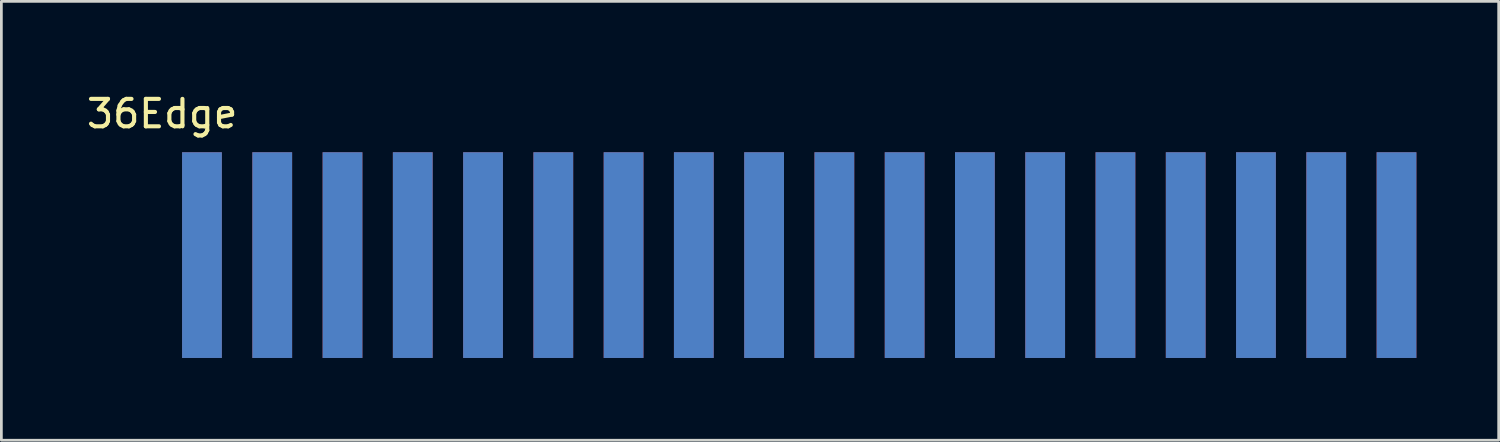
<source format=kicad_pcb>
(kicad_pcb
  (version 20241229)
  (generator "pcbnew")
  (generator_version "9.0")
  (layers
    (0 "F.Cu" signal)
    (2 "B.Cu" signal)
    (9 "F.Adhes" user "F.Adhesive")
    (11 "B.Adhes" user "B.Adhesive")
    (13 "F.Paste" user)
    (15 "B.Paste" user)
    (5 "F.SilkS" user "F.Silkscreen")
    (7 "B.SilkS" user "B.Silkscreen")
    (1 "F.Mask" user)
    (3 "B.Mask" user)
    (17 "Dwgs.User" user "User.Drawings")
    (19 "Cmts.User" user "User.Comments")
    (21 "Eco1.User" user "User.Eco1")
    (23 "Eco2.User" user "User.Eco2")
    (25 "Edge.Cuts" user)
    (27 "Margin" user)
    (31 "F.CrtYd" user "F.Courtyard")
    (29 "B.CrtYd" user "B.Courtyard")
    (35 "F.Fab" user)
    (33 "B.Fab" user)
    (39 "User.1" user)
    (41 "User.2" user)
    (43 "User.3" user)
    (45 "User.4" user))
  (footprint "36Edge"
    (layer "F.Cu")
    (at 4.313 0.25)
    (property "Reference" "36Edge" (at -1.45 0.85 0) (layer "F.SilkS") (effects (font (size 1 1) (thickness 0.15))))
    (attr through_hole)
    (pad "1" connect rect (at 0 6) (size 1.45 7.5) (layers "F.Cu" "F.Mask"))
    (pad "2" connect rect (at 0 6) (size 1.45 7.5) (layers "B.Cu" "B.Mask"))
    (pad "3" connect rect (at 2.562 6) (size 1.45 7.5) (layers "F.Cu" "F.Mask"))
    (pad "4" connect rect (at 2.562 6) (size 1.45 7.5) (layers "B.Cu" "B.Mask"))
    (pad "5" connect rect (at 5.124 6) (size 1.45 7.5) (layers "F.Cu" "F.Mask"))
    (pad "6" connect rect (at 5.124 6) (size 1.45 7.5) (layers "B.Cu" "B.Mask"))
    (pad "7" connect rect (at 7.685 6) (size 1.45 7.5) (layers "F.Cu" "F.Mask"))
    (pad "8" connect rect (at 7.685 6) (size 1.45 7.5) (layers "B.Cu" "B.Mask"))
    (pad "9" connect rect (at 10.247 6) (size 1.45 7.5) (layers "F.Cu" "F.Mask"))
    (pad "10" connect rect (at 10.247 6) (size 1.45 7.5) (layers "B.Cu" "B.Mask"))
    (pad "11" connect rect (at 12.809 6) (size 1.45 7.5) (layers "F.Cu" "F.Mask"))
    (pad "12" connect rect (at 12.809 6) (size 1.45 7.5) (layers "B.Cu" "B.Mask"))
    (pad "13" connect rect (at 15.371 6) (size 1.45 7.5) (layers "F.Cu" "F.Mask"))
    (pad "14" connect rect (at 15.371 6) (size 1.45 7.5) (layers "B.Cu" "B.Mask"))
    (pad "15" connect rect (at 17.932 6) (size 1.45 7.5) (layers "F.Cu" "F.Mask"))
    (pad "16" connect rect (at 17.932 6) (size 1.45 7.5) (layers "B.Cu" "B.Mask"))
    (pad "17" connect rect (at 20.494 6) (size 1.45 7.5) (layers "F.Cu" "F.Mask"))
    (pad "18" connect rect (at 20.494 6) (size 1.45 7.5) (layers "B.Cu" "B.Mask"))
    (pad "19" connect rect (at 23.056 6) (size 1.45 7.5) (layers "F.Cu" "F.Mask"))
    (pad "20" connect rect (at 23.056 6) (size 1.45 7.5) (layers "B.Cu" "B.Mask"))
    (pad "21" connect rect (at 25.618 6) (size 1.45 7.5) (layers "F.Cu" "F.Mask"))
    (pad "22" connect rect (at 25.618 6) (size 1.45 7.5) (layers "B.Cu" "B.Mask"))
    (pad "23" connect rect (at 28.179 6) (size 1.45 7.5) (layers "F.Cu" "F.Mask"))
    (pad "24" connect rect (at 28.179 6) (size 1.45 7.5) (layers "B.Cu" "B.Mask"))
    (pad "25" connect rect (at 30.741 6) (size 1.45 7.5) (layers "F.Cu" "F.Mask"))
    (pad "26" connect rect (at 30.741 6) (size 1.45 7.5) (layers "B.Cu" "B.Mask"))
    (pad "27" connect rect (at 33.303 6) (size 1.45 7.5) (layers "F.Cu" "F.Mask"))
    (pad "28" connect rect (at 33.303 6) (size 1.45 7.5) (layers "B.Cu" "B.Mask"))
    (pad "29" connect rect (at 35.865 6) (size 1.45 7.5) (layers "F.Cu" "F.Mask"))
    (pad "30" connect rect (at 35.865 6) (size 1.45 7.5) (layers "B.Cu" "B.Mask"))
    (pad "31" connect rect (at 38.426 6) (size 1.45 7.5) (layers "F.Cu" "F.Mask"))
    (pad "32" connect rect (at 38.426 6) (size 1.45 7.5) (layers "B.Cu" "B.Mask"))
    (pad "33" connect rect (at 40.988 6) (size 1.45 7.5) (layers "F.Cu" "F.Mask"))
    (pad "34" connect rect (at 40.988 6) (size 1.45 7.5) (layers "B.Cu" "B.Mask"))
    (pad "35" connect rect (at 43.55 6) (size 1.45 7.5) (layers "F.Cu" "F.Mask"))
    (pad "36" connect rect (at 43.55 6) (size 1.45 7.5) (layers "B.Cu" "B.Mask")))
  (gr_rect
    (start -3 -3)
    (end 51.588 13)
    (stroke (width 0.1) (type default))
    (fill no)
    (layer "Edge.Cuts")))
</source>
